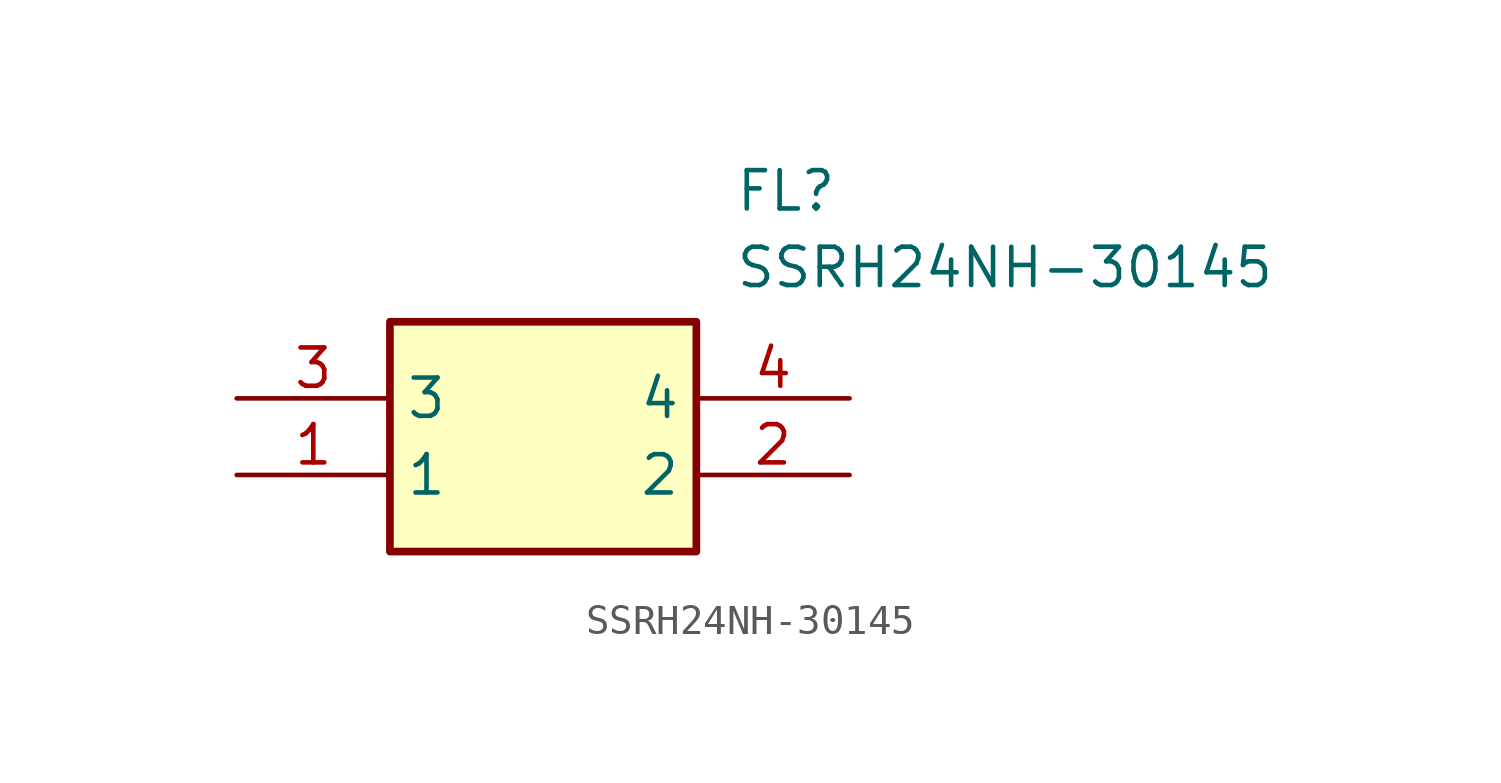
<source format=kicad_sym>
(kicad_symbol_lib
  (version 20211014)
  (generator SamacSys_ECAD_Model)
  (symbol "SSRH24NH-30145"
    (property "Reference" "FL"
      (at 16.51 7.62 0)
      (effects (font (size 1.27 1.27)) (justify left top)))
    (property "Value" "SSRH24NH-30145"
      (at 16.51 5.08 0)
      (effects (font (size 1.27 1.27)) (justify left top)))
    (rectangle
      (start 5.08 2.54)
      (end 15.24 -5.08)
      (stroke (width 0.254) (type default))
      (fill (type background)))
    (pin passive line
      (at 0 -2.54 0)
      (length 5.08)
      (name "1" (effects (font (size 1.27 1.27))))
      (number "1" (effects (font (size 1.27 1.27)))))
    (pin passive line
      (at 20.32 -2.54 180)
      (length 5.08)
      (name "2" (effects (font (size 1.27 1.27))))
      (number "2" (effects (font (size 1.27 1.27)))))
    (pin passive line
      (at 0 0 0)
      (length 5.08)
      (name "3" (effects (font (size 1.27 1.27))))
      (number "3" (effects (font (size 1.27 1.27)))))
    (pin passive line
      (at 20.32 0 180)
      (length 5.08)
      (name "4" (effects (font (size 1.27 1.27))))
      (number "4" (effects (font (size 1.27 1.27)))))))
</source>
